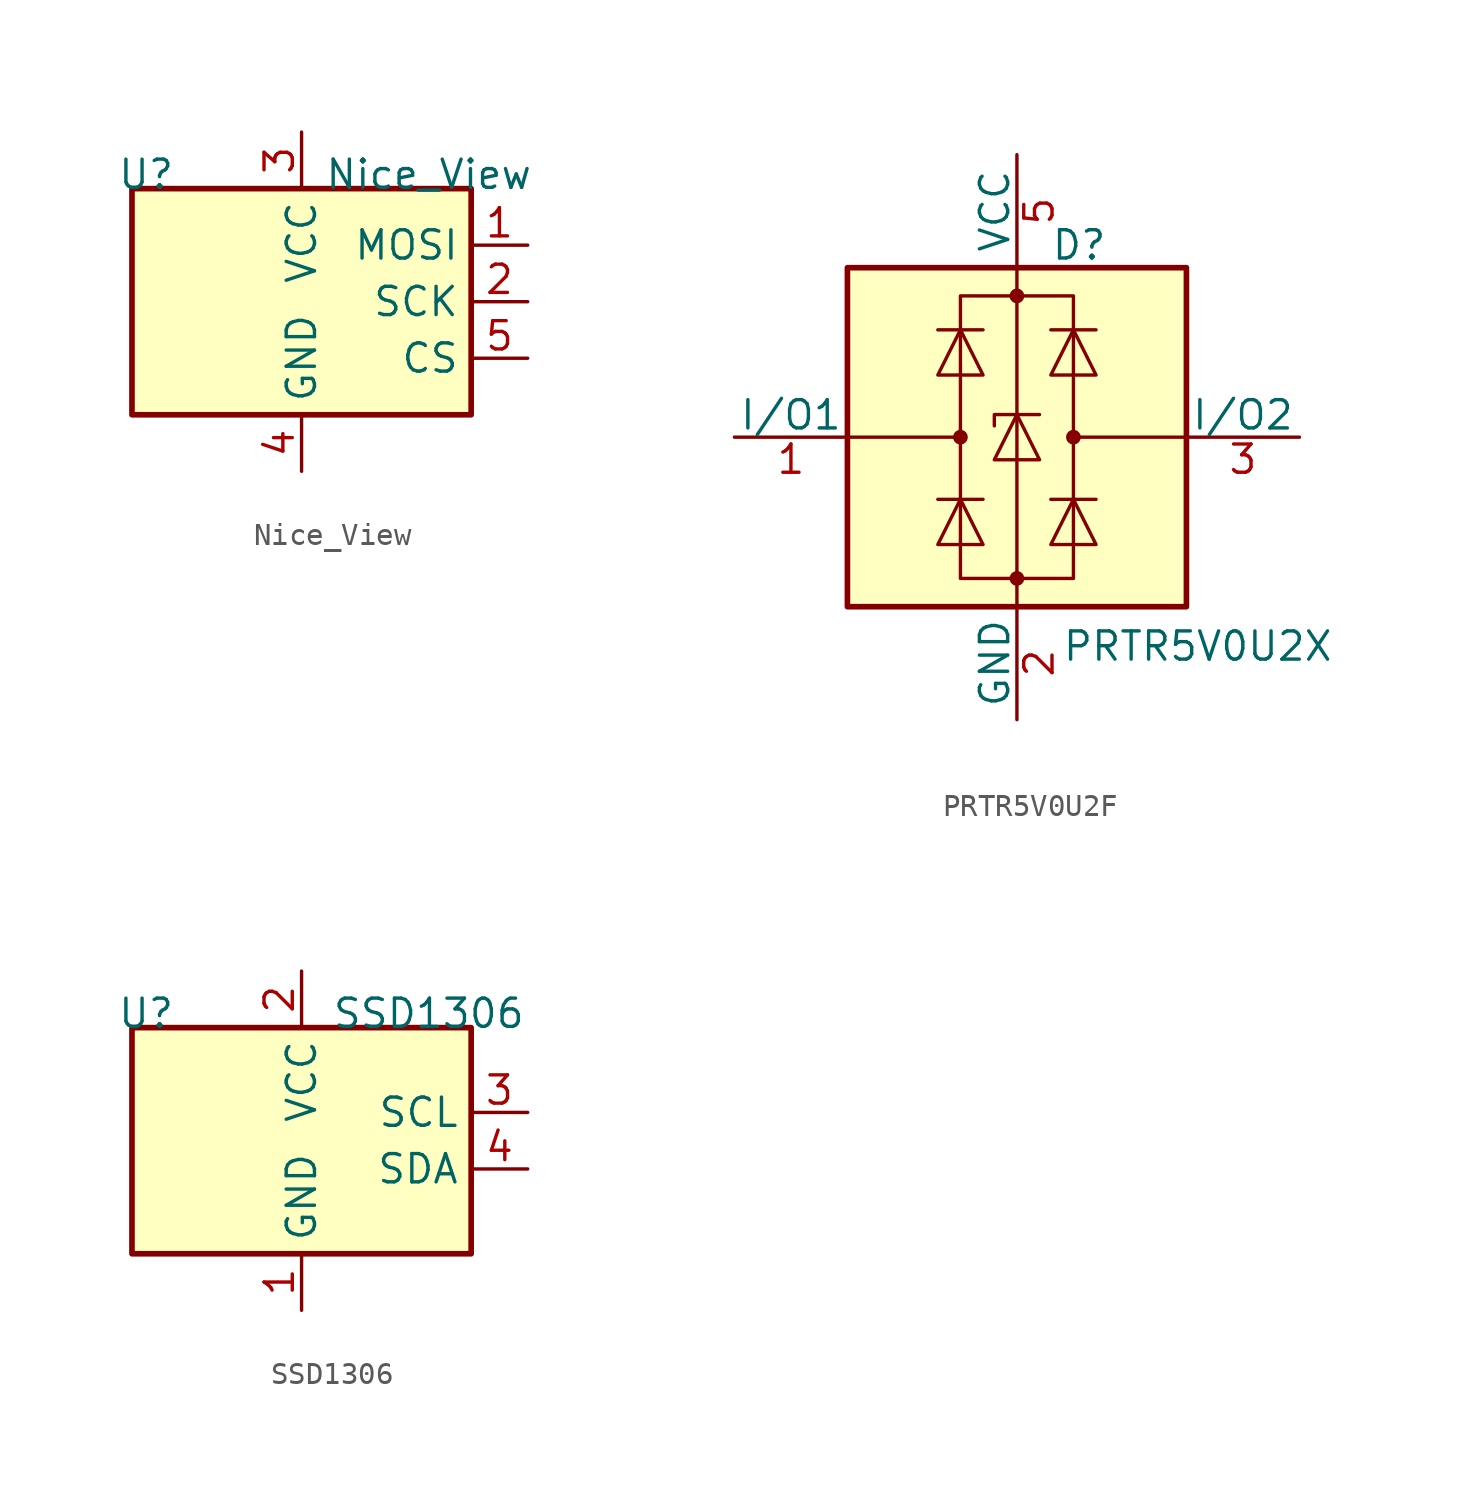
<source format=kicad_sym>
(kicad_symbol_lib
  (version 20231120)
  (generator "kicad_symbol_editor")
  (generator_version "8.0")
  (symbol "Nice_View"
    (property "Reference" "U"
      (at -6.985 5.715 0)
      (effects (font (size 1.27 1.27))))
    (property "Value" "Nice_View"
      (at 5.715 5.715 0)
      (effects (font (size 1.27 1.27))))
    (symbol "Nice_View_0_1"
      (rectangle (start -7.62 5.08) (end 7.62 -5.08) (stroke (width 0.254) (type default)) (fill (type background))))
    (symbol "Nice_View_1_1"
      (pin input line (at 10.16 2.54 180) (length 2.54) (name "MOSI" (effects (font (size 1.27 1.27)))) (number "1" (effects (font (size 1.27 1.27)))))
      (pin input line (at 10.16 0 180) (length 2.54) (name "SCK" (effects (font (size 1.27 1.27)))) (number "2" (effects (font (size 1.27 1.27)))))
      (pin power_in line (at 0 7.62 270) (length 2.54) (name "VCC" (effects (font (size 1.27 1.27)))) (number "3" (effects (font (size 1.27 1.27)))))
      (pin power_in line (at 0 -7.62 90) (length 2.54) (name "GND" (effects (font (size 1.27 1.27)))) (number "4" (effects (font (size 1.27 1.27)))))
      (pin input line (at 10.16 -2.54 180) (length 2.54) (name "CS" (effects (font (size 1.27 1.27)))) (number "5" (effects (font (size 1.27 1.27)))))))
  (symbol "PRTR5V0U2F"
    (pin_names
      (offset 0))
    (property "Reference" "D"
      (at 2.794 8.636 0)
      (effects (font (size 1.27 1.27))))
    (property "Value" "PRTR5V0U2X"
      (at 8.128 -9.398 0)
      (effects (font (size 1.27 1.27))))
    (symbol "PRTR5V0U2F_0_1"
      (rectangle (start -7.62 -7.62) (end 7.62 7.62) (stroke (width 0.254) (type default)) (fill (type background)))
      (circle (center -2.54 0) (radius 0.254) (stroke (width 0) (type default)) (fill (type outline)))
      (rectangle (start -2.54 6.35) (end 2.54 -6.35) (stroke (width 0) (type default)) (fill (type none)))
      (circle (center 0 -6.35) (radius 0.254) (stroke (width 0) (type default)) (fill (type outline)))
      (polyline (pts (xy -2.54 0) (xy -7.62 0)) (stroke (width 0) (type default)) (fill (type none)))
      (polyline (pts (xy -1.524 -2.794) (xy -3.556 -2.794)) (stroke (width 0) (type default)) (fill (type none)))
      (polyline (pts (xy -1.524 4.826) (xy -3.556 4.826)) (stroke (width 0) (type default)) (fill (type none)))
      (polyline (pts (xy 0 -7.62) (xy 0 7.62)) (stroke (width 0) (type default)) (fill (type none)))
      (polyline (pts (xy 1.524 -2.794) (xy 3.556 -2.794)) (stroke (width 0) (type default)) (fill (type none)))
      (polyline (pts (xy 1.524 4.826) (xy 3.556 4.826)) (stroke (width 0) (type default)) (fill (type none)))
      (polyline (pts (xy 2.54 0) (xy 7.62 0)) (stroke (width 0) (type default)) (fill (type none)))
      (polyline (pts (xy 1.016 1.016) (xy -1.016 1.016) (xy -1.016 0.508)) (stroke (width 0) (type default)) (fill (type none)))
      (polyline (pts (xy -3.556 -4.826) (xy -1.524 -4.826) (xy -2.54 -2.794) (xy -3.556 -4.826)) (stroke (width 0) (type default)) (fill (type none)))
      (polyline (pts (xy -3.556 2.794) (xy -1.524 2.794) (xy -2.54 4.826) (xy -3.556 2.794)) (stroke (width 0) (type default)) (fill (type none)))
      (polyline (pts (xy -1.016 -1.016) (xy 1.016 -1.016) (xy 0 1.016) (xy -1.016 -1.016)) (stroke (width 0) (type default)) (fill (type none)))
      (polyline (pts (xy 3.556 -4.826) (xy 1.524 -4.826) (xy 2.54 -2.794) (xy 3.556 -4.826)) (stroke (width 0) (type default)) (fill (type none)))
      (polyline (pts (xy 3.556 2.794) (xy 1.524 2.794) (xy 2.54 4.826) (xy 3.556 2.794)) (stroke (width 0) (type default)) (fill (type none)))
      (circle (center 0 6.35) (radius 0.254) (stroke (width 0) (type default)) (fill (type outline)))
      (circle (center 2.54 0) (radius 0.254) (stroke (width 0) (type default)) (fill (type outline))))
    (symbol "PRTR5V0U2F_1_1"
      (pin passive line (at -12.7 0 0) (length 5.08) (name "I/O1" (effects (font (size 1.27 1.27)))) (number "1" (effects (font (size 1.27 1.27)))))
      (pin passive line (at 0 -12.7 90) (length 5.08) (name "GND" (effects (font (size 1.27 1.27)))) (number "2" (effects (font (size 1.27 1.27)))))
      (pin passive line (at 12.7 0 180) (length 5.08) (name "I/O2" (effects (font (size 1.27 1.27)))) (number "3" (effects (font (size 1.27 1.27)))))
      (pin passive line (at 12.7 0 180) (length 5.08) hide (name "" (effects (font (size 1.27 1.27)))) (number "4" (effects (font (size 1.27 1.27)))))
      (pin passive line (at 0 12.7 270) (length 5.08) (name "VCC" (effects (font (size 1.27 1.27)))) (number "5" (effects (font (size 1.27 1.27)))))
      (pin passive line (at -12.7 0 0) (length 5.08) hide (name "" (effects (font (size 1.27 1.27)))) (number "6" (effects (font (size 1.27 1.27)))))))
  (symbol "SSD1306"
    (property "Reference" "U"
      (at -6.985 5.715 0)
      (effects (font (size 1.27 1.27))))
    (property "Value" "SSD1306"
      (at 5.715 5.715 0)
      (effects (font (size 1.27 1.27))))
    (symbol "SSD1306_0_1"
      (rectangle (start -7.62 5.08) (end 7.62 -5.08) (stroke (width 0.254) (type default)) (fill (type background))))
    (symbol "SSD1306_1_1"
      (pin power_in line (at 0 -7.62 90) (length 2.54) (name "GND" (effects (font (size 1.27 1.27)))) (number "1" (effects (font (size 1.27 1.27)))))
      (pin power_in line (at 0 7.62 270) (length 2.54) (name "VCC" (effects (font (size 1.27 1.27)))) (number "2" (effects (font (size 1.27 1.27)))))
      (pin input line (at 10.16 1.27 180) (length 2.54) (name "SCL" (effects (font (size 1.27 1.27)))) (number "3" (effects (font (size 1.27 1.27)))))
      (pin input line (at 10.16 -1.27 180) (length 2.54) (name "SDA" (effects (font (size 1.27 1.27)))) (number "4" (effects (font (size 1.27 1.27))))))))
</source>
